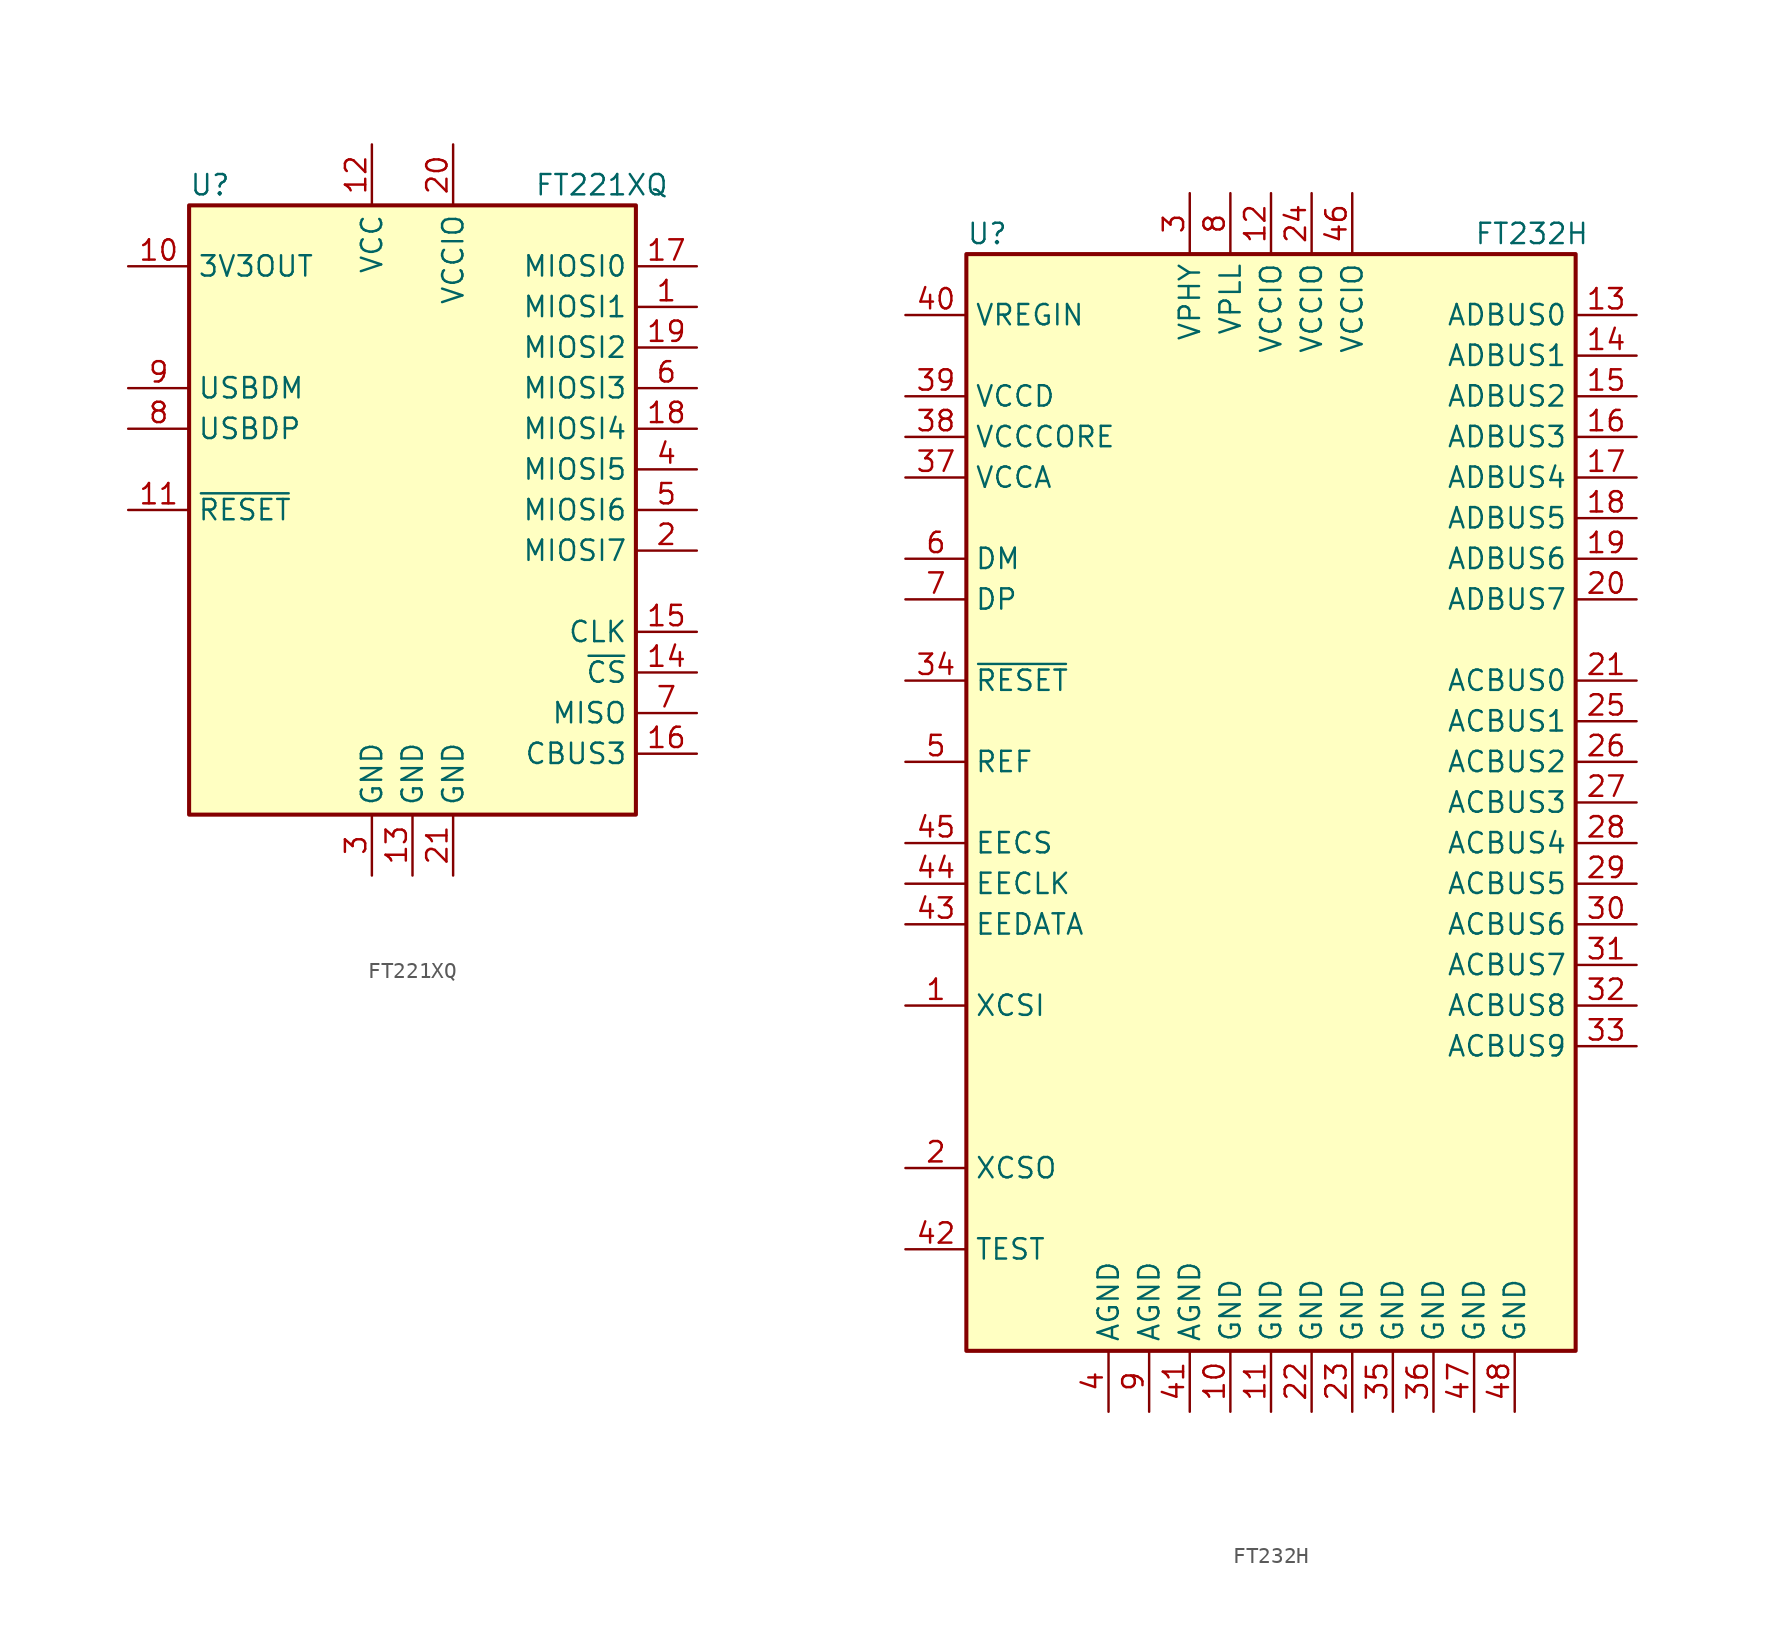
<source format=kicad_sym>
(kicad_symbol_lib
  (version 20201005)
  (generator kicad_symbol_editor)
  (symbol "FT221XQ"
    (property "Reference" "U"
      (at -13.97 20.32 0)
      (effects (font (size 1.27 1.27)) (justify left)))
    (property "Value" "FT221XQ"
      (at 7.62 20.32 0)
      (effects (font (size 1.27 1.27)) (justify left)))
    (symbol "FT221XQ_0_1"
      (rectangle (start -13.97 19.05) (end 13.97 -19.05) (stroke (width 0.254)) (fill (type background))))
    (symbol "FT221XQ_1_1"
      (pin input line (at 17.78 12.7 180) (length 3.81) (name "MIOSI1" (effects (font (size 1.27 1.27)))) (number "1" (effects (font (size 1.27 1.27)))))
      (pin power_out line (at -17.78 15.24 0) (length 3.81) (name "3V3OUT" (effects (font (size 1.27 1.27)))) (number "10" (effects (font (size 1.27 1.27)))))
      (pin input line (at -17.78 0 0) (length 3.81) (name "~RESET" (effects (font (size 1.27 1.27)))) (number "11" (effects (font (size 1.27 1.27)))))
      (pin power_in line (at -2.54 22.86 270) (length 3.81) (name "VCC" (effects (font (size 1.27 1.27)))) (number "12" (effects (font (size 1.27 1.27)))))
      (pin power_in line (at 0 -22.86 90) (length 3.81) (name "GND" (effects (font (size 1.27 1.27)))) (number "13" (effects (font (size 1.27 1.27)))))
      (pin input line (at 17.78 -10.16 180) (length 3.81) (name "~CS" (effects (font (size 1.27 1.27)))) (number "14" (effects (font (size 1.27 1.27)))))
      (pin input line (at 17.78 -7.62 180) (length 3.81) (name "CLK" (effects (font (size 1.27 1.27)))) (number "15" (effects (font (size 1.27 1.27)))))
      (pin bidirectional line (at 17.78 -15.24 180) (length 3.81) (name "CBUS3" (effects (font (size 1.27 1.27)))) (number "16" (effects (font (size 1.27 1.27)))))
      (pin input line (at 17.78 15.24 180) (length 3.81) (name "MIOSI0" (effects (font (size 1.27 1.27)))) (number "17" (effects (font (size 1.27 1.27)))))
      (pin input line (at 17.78 5.08 180) (length 3.81) (name "MIOSI4" (effects (font (size 1.27 1.27)))) (number "18" (effects (font (size 1.27 1.27)))))
      (pin input line (at 17.78 10.16 180) (length 3.81) (name "MIOSI2" (effects (font (size 1.27 1.27)))) (number "19" (effects (font (size 1.27 1.27)))))
      (pin input line (at 17.78 -2.54 180) (length 3.81) (name "MIOSI7" (effects (font (size 1.27 1.27)))) (number "2" (effects (font (size 1.27 1.27)))))
      (pin power_in line (at 2.54 22.86 270) (length 3.81) (name "VCCIO" (effects (font (size 1.27 1.27)))) (number "20" (effects (font (size 1.27 1.27)))))
      (pin power_in line (at 2.54 -22.86 90) (length 3.81) (name "GND" (effects (font (size 1.27 1.27)))) (number "21" (effects (font (size 1.27 1.27)))))
      (pin power_in line (at -2.54 -22.86 90) (length 3.81) (name "GND" (effects (font (size 1.27 1.27)))) (number "3" (effects (font (size 1.27 1.27)))))
      (pin input line (at 17.78 2.54 180) (length 3.81) (name "MIOSI5" (effects (font (size 1.27 1.27)))) (number "4" (effects (font (size 1.27 1.27)))))
      (pin input line (at 17.78 0 180) (length 3.81) (name "MIOSI6" (effects (font (size 1.27 1.27)))) (number "5" (effects (font (size 1.27 1.27)))))
      (pin input line (at 17.78 7.62 180) (length 3.81) (name "MIOSI3" (effects (font (size 1.27 1.27)))) (number "6" (effects (font (size 1.27 1.27)))))
      (pin input line (at 17.78 -12.7 180) (length 3.81) (name "MISO" (effects (font (size 1.27 1.27)))) (number "7" (effects (font (size 1.27 1.27)))))
      (pin bidirectional line (at -17.78 5.08 0) (length 3.81) (name "USBDP" (effects (font (size 1.27 1.27)))) (number "8" (effects (font (size 1.27 1.27)))))
      (pin bidirectional line (at -17.78 7.62 0) (length 3.81) (name "USBDM" (effects (font (size 1.27 1.27)))) (number "9" (effects (font (size 1.27 1.27)))))))
  (symbol "FT232H"
    (property "Reference" "U"
      (at -19.05 35.56 0)
      (effects (font (size 1.27 1.27)) (justify left)))
    (property "Value" "FT232H"
      (at 12.7 35.56 0)
      (effects (font (size 1.27 1.27)) (justify left)))
    (symbol "FT232H_0_1"
      (rectangle (start -19.05 34.29) (end 19.05 -34.29) (stroke (width 0.254)) (fill (type background))))
    (symbol "FT232H_1_1"
      (pin input line (at -22.86 -12.7 0) (length 3.81) (name "XCSI" (effects (font (size 1.27 1.27)))) (number "1" (effects (font (size 1.27 1.27)))))
      (pin power_in line (at -2.54 -38.1 90) (length 3.81) (name "GND" (effects (font (size 1.27 1.27)))) (number "10" (effects (font (size 1.27 1.27)))))
      (pin power_in line (at 0 -38.1 90) (length 3.81) (name "GND" (effects (font (size 1.27 1.27)))) (number "11" (effects (font (size 1.27 1.27)))))
      (pin power_in line (at 0 38.1 270) (length 3.81) (name "VCCIO" (effects (font (size 1.27 1.27)))) (number "12" (effects (font (size 1.27 1.27)))))
      (pin bidirectional line (at 22.86 30.48 180) (length 3.81) (name "ADBUS0" (effects (font (size 1.27 1.27)))) (number "13" (effects (font (size 1.27 1.27)))))
      (pin bidirectional line (at 22.86 27.94 180) (length 3.81) (name "ADBUS1" (effects (font (size 1.27 1.27)))) (number "14" (effects (font (size 1.27 1.27)))))
      (pin bidirectional line (at 22.86 25.4 180) (length 3.81) (name "ADBUS2" (effects (font (size 1.27 1.27)))) (number "15" (effects (font (size 1.27 1.27)))))
      (pin bidirectional line (at 22.86 22.86 180) (length 3.81) (name "ADBUS3" (effects (font (size 1.27 1.27)))) (number "16" (effects (font (size 1.27 1.27)))))
      (pin bidirectional line (at 22.86 20.32 180) (length 3.81) (name "ADBUS4" (effects (font (size 1.27 1.27)))) (number "17" (effects (font (size 1.27 1.27)))))
      (pin bidirectional line (at 22.86 17.78 180) (length 3.81) (name "ADBUS5" (effects (font (size 1.27 1.27)))) (number "18" (effects (font (size 1.27 1.27)))))
      (pin bidirectional line (at 22.86 15.24 180) (length 3.81) (name "ADBUS6" (effects (font (size 1.27 1.27)))) (number "19" (effects (font (size 1.27 1.27)))))
      (pin output line (at -22.86 -22.86 0) (length 3.81) (name "XCSO" (effects (font (size 1.27 1.27)))) (number "2" (effects (font (size 1.27 1.27)))))
      (pin bidirectional line (at 22.86 12.7 180) (length 3.81) (name "ADBUS7" (effects (font (size 1.27 1.27)))) (number "20" (effects (font (size 1.27 1.27)))))
      (pin bidirectional line (at 22.86 7.62 180) (length 3.81) (name "ACBUS0" (effects (font (size 1.27 1.27)))) (number "21" (effects (font (size 1.27 1.27)))))
      (pin power_in line (at 2.54 -38.1 90) (length 3.81) (name "GND" (effects (font (size 1.27 1.27)))) (number "22" (effects (font (size 1.27 1.27)))))
      (pin power_in line (at 5.08 -38.1 90) (length 3.81) (name "GND" (effects (font (size 1.27 1.27)))) (number "23" (effects (font (size 1.27 1.27)))))
      (pin power_in line (at 2.54 38.1 270) (length 3.81) (name "VCCIO" (effects (font (size 1.27 1.27)))) (number "24" (effects (font (size 1.27 1.27)))))
      (pin bidirectional line (at 22.86 5.08 180) (length 3.81) (name "ACBUS1" (effects (font (size 1.27 1.27)))) (number "25" (effects (font (size 1.27 1.27)))))
      (pin bidirectional line (at 22.86 2.54 180) (length 3.81) (name "ACBUS2" (effects (font (size 1.27 1.27)))) (number "26" (effects (font (size 1.27 1.27)))))
      (pin bidirectional line (at 22.86 0 180) (length 3.81) (name "ACBUS3" (effects (font (size 1.27 1.27)))) (number "27" (effects (font (size 1.27 1.27)))))
      (pin bidirectional line (at 22.86 -2.54 180) (length 3.81) (name "ACBUS4" (effects (font (size 1.27 1.27)))) (number "28" (effects (font (size 1.27 1.27)))))
      (pin bidirectional line (at 22.86 -5.08 180) (length 3.81) (name "ACBUS5" (effects (font (size 1.27 1.27)))) (number "29" (effects (font (size 1.27 1.27)))))
      (pin power_in line (at -5.08 38.1 270) (length 3.81) (name "VPHY" (effects (font (size 1.27 1.27)))) (number "3" (effects (font (size 1.27 1.27)))))
      (pin bidirectional line (at 22.86 -7.62 180) (length 3.81) (name "ACBUS6" (effects (font (size 1.27 1.27)))) (number "30" (effects (font (size 1.27 1.27)))))
      (pin bidirectional line (at 22.86 -10.16 180) (length 3.81) (name "ACBUS7" (effects (font (size 1.27 1.27)))) (number "31" (effects (font (size 1.27 1.27)))))
      (pin bidirectional line (at 22.86 -12.7 180) (length 3.81) (name "ACBUS8" (effects (font (size 1.27 1.27)))) (number "32" (effects (font (size 1.27 1.27)))))
      (pin bidirectional line (at 22.86 -15.24 180) (length 3.81) (name "ACBUS9" (effects (font (size 1.27 1.27)))) (number "33" (effects (font (size 1.27 1.27)))))
      (pin input line (at -22.86 7.62 0) (length 3.81) (name "~RESET" (effects (font (size 1.27 1.27)))) (number "34" (effects (font (size 1.27 1.27)))))
      (pin power_in line (at 7.62 -38.1 90) (length 3.81) (name "GND" (effects (font (size 1.27 1.27)))) (number "35" (effects (font (size 1.27 1.27)))))
      (pin power_in line (at 10.16 -38.1 90) (length 3.81) (name "GND" (effects (font (size 1.27 1.27)))) (number "36" (effects (font (size 1.27 1.27)))))
      (pin power_out line (at -22.86 20.32 0) (length 3.81) (name "VCCA" (effects (font (size 1.27 1.27)))) (number "37" (effects (font (size 1.27 1.27)))))
      (pin power_out line (at -22.86 22.86 0) (length 3.81) (name "VCCCORE" (effects (font (size 1.27 1.27)))) (number "38" (effects (font (size 1.27 1.27)))))
      (pin power_in line (at -22.86 25.4 0) (length 3.81) (name "VCCD" (effects (font (size 1.27 1.27)))) (number "39" (effects (font (size 1.27 1.27)))))
      (pin power_in line (at -10.16 -38.1 90) (length 3.81) (name "AGND" (effects (font (size 1.27 1.27)))) (number "4" (effects (font (size 1.27 1.27)))))
      (pin power_in line (at -22.86 30.48 0) (length 3.81) (name "VREGIN" (effects (font (size 1.27 1.27)))) (number "40" (effects (font (size 1.27 1.27)))))
      (pin power_in line (at -5.08 -38.1 90) (length 3.81) (name "AGND" (effects (font (size 1.27 1.27)))) (number "41" (effects (font (size 1.27 1.27)))))
      (pin input line (at -22.86 -27.94 0) (length 3.81) (name "TEST" (effects (font (size 1.27 1.27)))) (number "42" (effects (font (size 1.27 1.27)))))
      (pin bidirectional line (at -22.86 -7.62 0) (length 3.81) (name "EEDATA" (effects (font (size 1.27 1.27)))) (number "43" (effects (font (size 1.27 1.27)))))
      (pin input line (at -22.86 -5.08 0) (length 3.81) (name "EECLK" (effects (font (size 1.27 1.27)))) (number "44" (effects (font (size 1.27 1.27)))))
      (pin input line (at -22.86 -2.54 0) (length 3.81) (name "EECS" (effects (font (size 1.27 1.27)))) (number "45" (effects (font (size 1.27 1.27)))))
      (pin power_in line (at 5.08 38.1 270) (length 3.81) (name "VCCIO" (effects (font (size 1.27 1.27)))) (number "46" (effects (font (size 1.27 1.27)))))
      (pin power_in line (at 12.7 -38.1 90) (length 3.81) (name "GND" (effects (font (size 1.27 1.27)))) (number "47" (effects (font (size 1.27 1.27)))))
      (pin power_in line (at 15.24 -38.1 90) (length 3.81) (name "GND" (effects (font (size 1.27 1.27)))) (number "48" (effects (font (size 1.27 1.27)))))
      (pin input line (at -22.86 2.54 0) (length 3.81) (name "REF" (effects (font (size 1.27 1.27)))) (number "5" (effects (font (size 1.27 1.27)))))
      (pin bidirectional line (at -22.86 15.24 0) (length 3.81) (name "DM" (effects (font (size 1.27 1.27)))) (number "6" (effects (font (size 1.27 1.27)))))
      (pin bidirectional line (at -22.86 12.7 0) (length 3.81) (name "DP" (effects (font (size 1.27 1.27)))) (number "7" (effects (font (size 1.27 1.27)))))
      (pin power_in line (at -2.54 38.1 270) (length 3.81) (name "VPLL" (effects (font (size 1.27 1.27)))) (number "8" (effects (font (size 1.27 1.27)))))
      (pin power_in line (at -7.62 -38.1 90) (length 3.81) (name "AGND" (effects (font (size 1.27 1.27)))) (number "9" (effects (font (size 1.27 1.27))))))))
</source>
